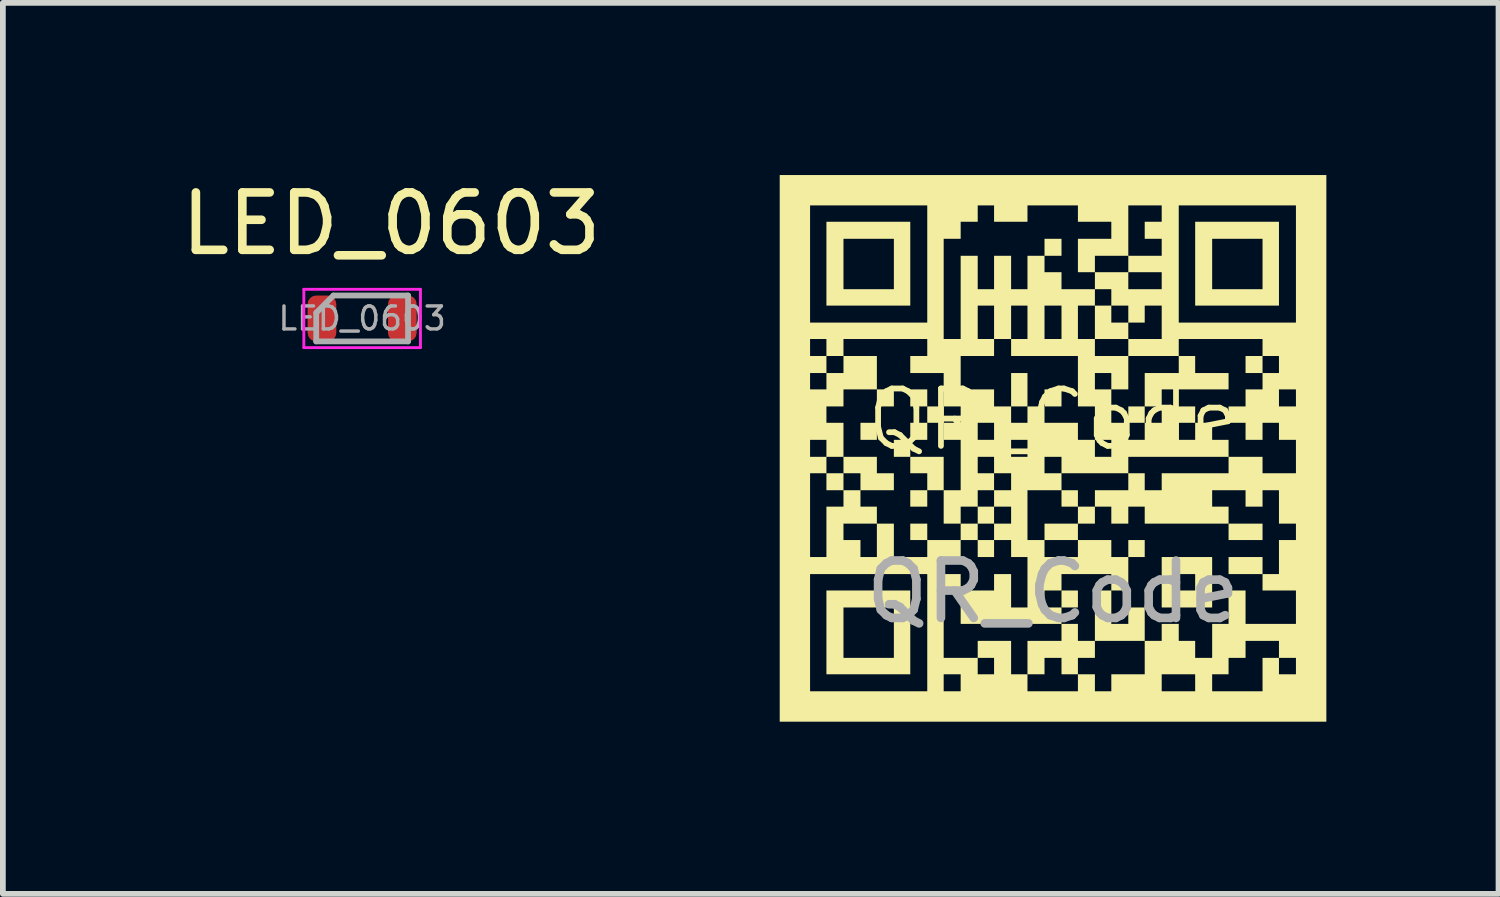
<source format=kicad_pcb>
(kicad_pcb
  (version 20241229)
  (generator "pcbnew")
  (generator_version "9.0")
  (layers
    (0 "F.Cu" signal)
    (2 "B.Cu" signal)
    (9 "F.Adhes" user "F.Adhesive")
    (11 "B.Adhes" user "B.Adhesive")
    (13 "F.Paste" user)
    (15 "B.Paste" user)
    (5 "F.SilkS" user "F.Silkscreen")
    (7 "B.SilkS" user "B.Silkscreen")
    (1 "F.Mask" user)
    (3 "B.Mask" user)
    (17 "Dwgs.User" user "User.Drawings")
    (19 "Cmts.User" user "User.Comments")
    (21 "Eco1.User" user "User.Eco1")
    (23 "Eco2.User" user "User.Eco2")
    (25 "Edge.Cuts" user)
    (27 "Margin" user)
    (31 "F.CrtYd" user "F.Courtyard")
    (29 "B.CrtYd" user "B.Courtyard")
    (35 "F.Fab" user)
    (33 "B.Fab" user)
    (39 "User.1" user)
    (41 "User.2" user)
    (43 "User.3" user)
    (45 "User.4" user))
  (footprint "LED_0603"
    (layer "F.Cu")
    (at 3.26 2.499)
    (property "Reference" "LED_0603" (at 0.508 -1.651 0) (layer "F.SilkS") (effects (font (size 1 1) (thickness 0.15))))
    (attr smd)
    (fp_line (start -1.016 -0.508) (end 1.016 -0.508) (stroke (width 0.05) (type solid)) (layer "F.CrtYd"))
    (fp_line (start -1.016 0.508) (end -1.016 -0.508) (stroke (width 0.05) (type solid)) (layer "F.CrtYd"))
    (fp_line (start 1.016 -0.508) (end 1.016 0.508) (stroke (width 0.05) (type solid)) (layer "F.CrtYd"))
    (fp_line (start 1.016 0.508) (end -1.016 0.508) (stroke (width 0.05) (type solid)) (layer "F.CrtYd"))
    (fp_line (start -0.8 -0.1) (end -0.8 0.4) (stroke (width 0.1) (type solid)) (layer "F.Fab"))
    (fp_line (start -0.8 0.4) (end 0.8 0.4) (stroke (width 0.1) (type solid)) (layer "F.Fab"))
    (fp_line (start -0.5 -0.4) (end -0.8 -0.1) (stroke (width 0.1) (type solid)) (layer "F.Fab"))
    (fp_line (start 0.8 -0.4) (end -0.5 -0.4) (stroke (width 0.1) (type solid)) (layer "F.Fab"))
    (fp_line (start 0.8 0.4) (end 0.8 -0.4) (stroke (width 0.1) (type solid)) (layer "F.Fab"))
    (fp_text user "${REFERENCE}" (at 0 0 0) (layer "F.Fab") (effects (font (size 0.4 0.4) (thickness 0.06))))
    (pad "1" smd roundrect (at -0.7 0) (size 0.5 0.8) (layers "F.Cu" "F.Mask" "F.Paste") (roundrect_rratio 0.3))
    (pad "2" smd roundrect (at 0.7 0) (size 0.5 0.8) (layers "F.Cu" "F.Mask" "F.Paste") (roundrect_rratio 0.3)))
  (footprint "QR_Code"
    (layer "F.Cu")
    (at 15.298 4.762)
    (property "Reference" "QR_Code" (at 0 -0.5 0) (unlocked yes) (layer "F.SilkS") (effects (font (size 1 1) (thickness 0.1))))
    (attr board_only)
    (fp_poly (pts (xy -3.651 0.73) (xy -3.948 0.73) (xy -3.948 0.434) (xy -3.651 0.434)) (stroke (width -0.000001) (type solid)) (fill yes) (layer "F.SilkS"))
    (fp_poly (pts (xy -3.069 -0.148) (xy -3.355 -0.148) (xy -3.355 -0.445) (xy -3.069 -0.445)) (stroke (width -0.000001) (type solid)) (fill yes) (layer "F.SilkS"))
    (fp_poly (pts (xy -2.773 -0.73) (xy -3.069 -0.73) (xy -3.069 -1.027) (xy -2.773 -1.027)) (stroke (width -0.000001) (type solid)) (fill yes) (layer "F.SilkS"))
    (fp_poly (pts (xy -2.487 0.148) (xy -2.773 0.148) (xy -2.773 -0.148) (xy -2.487 -0.148)) (stroke (width -0.000001) (type solid)) (fill yes) (layer "F.SilkS"))
    (fp_poly (pts (xy -2.191 -0.73) (xy -2.487 -0.73) (xy -2.487 -1.027) (xy -2.191 -1.027)) (stroke (width -0.000001) (type solid)) (fill yes) (layer "F.SilkS"))
    (fp_poly (pts (xy -2.191 -0.148) (xy -2.487 -0.148) (xy -2.487 -0.445) (xy -2.191 -0.445)) (stroke (width -0.000001) (type solid)) (fill yes) (layer "F.SilkS"))
    (fp_poly (pts (xy -2.191 1.016) (xy -2.487 1.016) (xy -2.487 0.73) (xy -2.191 0.73)) (stroke (width -0.000001) (type solid)) (fill yes) (layer "F.SilkS"))
    (fp_poly (pts (xy -2.191 1.598) (xy -2.487 1.598) (xy -2.487 1.312) (xy -2.191 1.312)) (stroke (width -0.000001) (type solid)) (fill yes) (layer "F.SilkS"))
    (fp_poly (pts (xy -1.905 -0.445) (xy -2.191 -0.445) (xy -2.191 -0.73) (xy -1.905 -0.73)) (stroke (width -0.000001) (type solid)) (fill yes) (layer "F.SilkS"))
    (fp_poly (pts (xy -0.445 -0.73) (xy -0.73 -0.73) (xy -0.73 -1.312) (xy -0.445 -1.312)) (stroke (width -0.000001) (type solid)) (fill yes) (layer "F.SilkS"))
    (fp_poly (pts (xy 0.148 -3.355) (xy -0.148 -3.355) (xy -0.148 -3.651) (xy 0.148 -3.651)) (stroke (width -0.000001) (type solid)) (fill yes) (layer "F.SilkS"))
    (fp_poly (pts (xy 0.148 -0.73) (xy -0.148 -0.73) (xy -0.148 -1.027) (xy 0.148 -1.027)) (stroke (width -0.000001) (type solid)) (fill yes) (layer "F.SilkS"))
    (fp_poly (pts (xy 0.434 1.016) (xy 0.148 1.016) (xy 0.148 0.73) (xy 0.434 0.73)) (stroke (width -0.000001) (type solid)) (fill yes) (layer "F.SilkS"))
    (fp_poly (pts (xy 0.434 1.598) (xy -0.148 1.598) (xy -0.148 1.312) (xy 0.434 1.312)) (stroke (width -0.000001) (type solid)) (fill yes) (layer "F.SilkS"))
    (fp_poly (pts (xy 0.434 2.773) (xy 0.148 2.773) (xy 0.148 2.477) (xy 0.434 2.477)) (stroke (width -0.000001) (type solid)) (fill yes) (layer "F.SilkS"))
    (fp_poly (pts (xy 0.73 1.312) (xy 0.434 1.312) (xy 0.434 1.016) (xy 0.73 1.016)) (stroke (width -0.000001) (type solid)) (fill yes) (layer "F.SilkS"))
    (fp_poly (pts (xy 1.598 -0.445) (xy 1.312 -0.445) (xy 1.312 -0.73) (xy 1.598 -0.73)) (stroke (width -0.000001) (type solid)) (fill yes) (layer "F.SilkS"))
    (fp_poly (pts (xy 1.598 1.894) (xy 1.312 1.894) (xy 1.312 1.598) (xy 1.598 1.598)) (stroke (width -0.000001) (type solid)) (fill yes) (layer "F.SilkS"))
    (fp_poly (pts (xy 3.651 -1.312) (xy 3.355 -1.312) (xy 3.355 -1.609) (xy 3.651 -1.609)) (stroke (width -0.000001) (type solid)) (fill yes) (layer "F.SilkS"))
    (fp_poly (pts (xy 3.651 1.598) (xy 3.059 1.598) (xy 3.059 1.312) (xy 3.651 1.312)) (stroke (width -0.000001) (type solid)) (fill yes) (layer "F.SilkS"))
    (fp_poly (pts (xy 3.651 2.191) (xy 3.059 2.191) (xy 3.059 1.894) (xy 3.651 1.894)) (stroke (width -0.000001) (type solid)) (fill yes) (layer "F.SilkS"))
    (fp_poly (pts (xy -1.905 0.73) (xy -2.191 0.73) (xy -2.191 0.434) (xy -2.487 0.434) (xy -2.487 0.148) (xy -1.905 0.148)) (stroke (width -0.000001) (type solid)) (fill yes) (layer "F.SilkS"))
    (fp_poly (pts (xy -3.069 0.434) (xy -2.773 0.434) (xy -2.773 0.73) (xy -3.355 0.73) (xy -3.355 0.434) (xy -3.651 0.434) (xy -3.651 0.148) (xy -3.069 0.148)) (stroke (width -0.000001) (type solid)) (fill yes) (layer "F.SilkS"))
    (fp_poly (pts (xy 1.016 3.059) (xy 1.312 3.059) (xy 1.312 2.773) (xy 1.598 2.773) (xy 1.598 3.355) (xy 0.73 3.355) (xy 0.73 2.477) (xy 1.016 2.477)) (stroke (width -0.000001) (type solid)) (fill yes) (layer "F.SilkS"))
    (fp_poly (pts (xy 2.477 -1.312) (xy 3.059 -1.312) (xy 3.059 -1.027) (xy 1.894 -1.027) (xy 1.894 -0.73) (xy 1.598 -0.73) (xy 1.598 -1.312) (xy 2.191 -1.312) (xy 2.191 -1.609) (xy 2.477 -1.609)) (stroke (width -0.000001) (type solid)) (fill yes) (layer "F.SilkS"))
    (fp_poly (pts (xy -2.487 -2.487) (xy -3.948 -2.487) (xy -3.948 -2.773) (xy -3.651 -2.773) (xy -2.773 -2.773) (xy -2.773 -3.651) (xy -3.651 -3.651) (xy -3.651 -2.773) (xy -3.948 -2.773) (xy -3.948 -3.948) (xy -2.487 -3.948)) (stroke (width -0.000001) (type solid)) (fill yes) (layer "F.SilkS"))
    (fp_poly (pts (xy -2.487 3.937) (xy -3.948 3.937) (xy -3.948 3.651) (xy -3.651 3.651) (xy -2.773 3.651) (xy -2.773 2.773) (xy -3.651 2.773) (xy -3.651 3.651) (xy -3.948 3.651) (xy -3.948 2.477) (xy -2.487 2.477)) (stroke (width -0.000001) (type solid)) (fill yes) (layer "F.SilkS"))
    (fp_poly (pts (xy 2.773 2.773) (xy 1.894 2.773) (xy 1.894 2.477) (xy 2.191 2.477) (xy 2.477 2.477) (xy 2.477 2.191) (xy 2.191 2.191) (xy 2.191 2.477) (xy 1.894 2.477) (xy 1.894 1.894) (xy 2.773 1.894)) (stroke (width -0.000001) (type solid)) (fill yes) (layer "F.SilkS"))
    (fp_poly (pts (xy 3.937 -2.487) (xy 2.477 -2.487) (xy 2.477 -2.773) (xy 2.773 -2.773) (xy 3.651 -2.773) (xy 3.651 -3.651) (xy 2.773 -3.651) (xy 2.773 -2.773) (xy 2.477 -2.773) (xy 2.477 -3.948) (xy 3.937 -3.948)) (stroke (width -0.000001) (type solid)) (fill yes) (layer "F.SilkS"))
    (fp_poly (pts (xy 0.434 3.355) (xy 0.73 3.355) (xy 0.73 3.651) (xy 0.434 3.651) (xy 0.434 3.937) (xy 0.148 3.937) (xy 0.148 3.651) (xy -0.148 3.651) (xy -0.148 3.937) (xy -0.445 3.937) (xy -0.445 3.355) (xy 0.148 3.355) (xy 0.148 3.059) (xy 0.434 3.059)) (stroke (width -0.000001) (type solid)) (fill yes) (layer "F.SilkS"))
    (fp_poly (pts (xy 4.763 4.763) (xy -4.762 4.763) (xy -4.762 4.233) (xy -4.233 4.233) (xy -2.191 4.233) (xy -1.905 4.233) (xy -1.609 4.233) (xy -1.609 3.937) (xy -1.312 3.937) (xy -1.027 3.937) (xy -1.027 3.651) (xy -1.312 3.651) (xy -1.312 3.937) (xy -1.609 3.937) (xy -1.905 3.937) (xy -1.905 4.233) (xy -2.191 4.233) (xy -2.191 2.477) (xy -1.905 2.477) (xy -1.905 3.651) (xy -1.312 3.651) (xy -1.312 3.355) (xy -0.73 3.355) (xy -0.73 3.937) (xy -0.445 3.937) (xy -0.445 4.233) (xy 0.434 4.233) (xy 0.434 3.937) (xy 0.73 3.937) (xy 0.73 4.233) (xy 1.016 4.233) (xy 1.894 4.233) (xy 2.477 4.233) (xy 2.477 3.937) (xy 2.773 3.937) (xy 2.773 4.233) (xy 3.651 4.233) (xy 3.651 3.937) (xy 3.937 3.937) (xy 4.233 3.937) (xy 4.233 3.651) (xy 3.937 3.651) (xy 3.937 3.937) (xy 3.651 3.937) (xy 3.651 3.651) (xy 3.937 3.651) (xy 3.937 3.355) (xy 3.355 3.355) (xy 3.355 3.651) (xy 3.059 3.651) (xy 3.059 3.937) (xy 2.773 3.937) (xy 2.477 3.937) (xy 1.894 3.937) (xy 1.894 4.233) (xy 1.016 4.233) (xy 1.016 3.937) (xy 1.598 3.937) (xy 1.598 3.355) (xy 1.894 3.355) (xy 1.894 3.059) (xy 2.191 3.059) (xy 2.191 3.355) (xy 2.477 3.355) (xy 2.477 3.651) (xy 2.773 3.651) (xy 2.773 3.059) (xy 3.059 3.059) (xy 3.059 2.477) (xy 3.355 2.477) (xy 3.355 3.059) (xy 4.233 3.059) (xy 4.233 2.477) (xy 3.651 2.477) (xy 3.651 2.191) (xy 3.937 2.191) (xy 3.937 1.598) (xy 4.233 1.598) (xy 4.233 1.312) (xy 3.937 1.312) (xy 3.937 0.73) (xy 3.651 0.73) (xy 3.651 1.016) (xy 3.355 1.016) (xy 3.355 0.73) (xy 2.773 0.73) (xy 2.773 1.016) (xy 3.059 1.016) (xy 3.059 1.312) (xy 1.598 1.312) (xy 1.598 1.016) (xy 1.312 1.016) (xy 1.312 1.312) (xy 1.016 1.312) (xy 1.016 1.016) (xy 0.73 1.016) (xy 0.73 0.73) (xy 1.312 0.73) (xy 1.312 0.434) (xy 1.598 0.434) (xy 1.598 0.73) (xy 1.894 0.73) (xy 1.894 0.434) (xy 3.059 0.434) (xy 3.059 0.148) (xy 3.651 0.148) (xy 3.651 0.434) (xy 4.233 0.434) (xy 4.233 -0.148) (xy 3.937 -0.148) (xy 3.937 -0.445) (xy 3.651 -0.445) (xy 3.651 -0.148) (xy 3.355 -0.148) (xy 3.355 -0.445) (xy 3.059 -0.445) (xy 3.059 -0.73) (xy 3.355 -0.73) (xy 3.937 -0.73) (xy 4.233 -0.73) (xy 4.233 -1.027) (xy 3.937 -1.027) (xy 3.937 -0.73) (xy 3.355 -0.73) (xy 3.355 -1.027) (xy 3.651 -1.027) (xy 3.651 -1.312) (xy 3.937 -1.312) (xy 3.937 -1.609) (xy 3.651 -1.609) (xy 3.651 -1.905) (xy 2.191 -1.905) (xy 2.191 -1.609) (xy 1.312 -1.609) (xy 1.312 -1.027) (xy 1.016 -1.027) (xy 1.016 -0.445) (xy 1.312 -0.445) (xy 1.312 -0.148) (xy 1.598 -0.148) (xy 1.598 -0.445) (xy 1.894 -0.445) (xy 1.894 -0.73) (xy 2.477 -0.73) (xy 2.477 -0.445) (xy 2.191 -0.445) (xy 2.191 -0.148) (xy 2.477 -0.148) (xy 2.477 -0.445) (xy 2.773 -0.445) (xy 2.773 -0.148) (xy 3.059 -0.148) (xy 3.059 0.148) (xy 1.312 0.148) (xy 1.312 0.434) (xy 0.148 0.434) (xy 0.148 0.73) (xy -0.445 0.73) (xy -0.445 1.598) (xy -0.148 1.598) (xy -0.148 1.894) (xy 0.434 1.894) (xy 0.434 1.598) (xy 1.016 1.598) (xy 1.016 1.894) (xy 1.312 1.894) (xy 1.312 2.477) (xy 1.016 2.477) (xy 1.016 2.191) (xy 0.148 2.191) (xy 0.148 2.477) (xy -0.148 2.477) (xy -0.148 2.773) (xy 0.148 2.773) (xy 0.148 3.059) (xy -1.609 3.059) (xy -1.609 2.477) (xy -1.905 2.477) (xy -2.191 2.477) (xy -2.191 2.191) (xy -4.233 2.191) (xy -4.233 4.233) (xy -4.762 4.233) (xy -4.762 0.434) (xy -4.233 0.434) (xy -4.233 1.894) (xy -3.948 1.894) (xy -3.948 1.016) (xy -3.651 1.016) (xy -3.651 0.73) (xy -3.355 0.73) (xy -3.355 1.016) (xy -3.069 1.016) (xy -3.069 1.312) (xy -3.651 1.312) (xy -3.651 1.598) (xy -3.355 1.598) (xy -3.355 1.894) (xy -3.069 1.894) (xy -3.069 1.312) (xy -2.773 1.312) (xy -2.773 1.894) (xy -2.191 1.894) (xy -1.905 1.894) (xy -1.905 2.191) (xy -1.609 2.191) (xy -1.609 2.477) (xy -1.027 2.477) (xy -1.027 2.191) (xy -0.73 2.191) (xy -0.73 2.773) (xy -0.445 2.773) (xy -0.445 1.894) (xy -0.73 1.894) (xy -0.73 1.598) (xy -1.027 1.598) (xy -1.027 1.894) (xy -1.312 1.894) (xy -1.312 1.598) (xy -1.027 1.598) (xy -1.027 1.312) (xy -0.73 1.312) (xy -0.73 1.016) (xy -1.027 1.016) (xy -1.027 1.312) (xy -1.312 1.312) (xy -1.312 1.598) (xy -1.609 1.598) (xy -1.609 1.894) (xy -1.905 1.894) (xy -2.191 1.894) (xy -2.191 1.598) (xy -1.609 1.598) (xy -1.609 1.312) (xy -1.312 1.312) (xy -1.312 1.016) (xy -1.027 1.016) (xy -1.027 0.73) (xy -0.73 0.73) (xy -0.73 0.434) (xy -0.148 0.434) (xy 0.148 0.434) (xy 0.148 0.148) (xy 0.73 0.148) (xy 1.016 0.148) (xy 1.016 -0.148) (xy 0.73 -0.148) (xy 0.73 0.148) (xy 0.148 0.148) (xy -0.148 0.148) (xy -0.148 0.434) (xy -0.73 0.434) (xy -1.027 0.434) (xy -1.027 0.73) (xy -1.312 0.73) (xy -1.312 1.016) (xy -1.609 1.016) (xy -1.609 1.312) (xy -1.905 1.312) (xy -1.905 0.73) (xy -1.609 0.73) (xy -1.609 0.434) (xy -1.312 0.434) (xy -1.027 0.434) (xy -1.027 0.148) (xy -0.73 0.148) (xy -0.445 0.148) (xy -0.445 -0.148) (xy -0.73 -0.148) (xy -0.73 0.148) (xy -1.027 0.148) (xy -1.312 0.148) (xy -1.312 0.434) (xy -1.609 0.434) (xy -1.609 -0.148) (xy -1.312 -0.148) (xy -1.027 -0.148) (xy -1.027 -0.445) (xy -1.312 -0.445) (xy -1.312 -0.148) (xy -1.609 -0.148) (xy -1.905 -0.148) (xy -1.905 -0.445) (xy -1.609 -0.445) (xy -1.609 -0.73) (xy -1.905 -0.73) (xy -1.905 -1.312) (xy -2.487 -1.312) (xy -2.487 -1.609) (xy -2.191 -1.609) (xy -1.609 -1.609) (xy -1.609 -1.027) (xy -1.027 -1.027) (xy -1.027 -0.73) (xy -0.73 -0.73) (xy -0.73 -0.445) (xy -0.445 -0.445) (xy -0.445 -0.73) (xy -0.148 -0.73) (xy -0.148 -0.445) (xy 0.434 -0.445) (xy 0.434 -0.148) (xy 0.73 -0.148) (xy 0.73 -0.73) (xy 0.434 -0.73) (xy 0.434 -1.027) (xy 0.73 -1.027) (xy 1.016 -1.027) (xy 1.016 -1.312) (xy 0.73 -1.312) (xy 0.73 -1.027) (xy 0.434 -1.027) (xy 0.434 -1.609) (xy 0.73 -1.609) (xy 1.312 -1.609) (xy 1.312 -1.905) (xy 0.73 -1.905) (xy 0.73 -1.609) (xy 0.434 -1.609) (xy -0.73 -1.609) (xy -0.73 -1.905) (xy -0.445 -1.905) (xy -0.148 -1.905) (xy 0.148 -1.905) (xy 0.434 -1.905) (xy 0.73 -1.905) (xy 0.73 -2.191) (xy 1.016 -2.191) (xy 1.312 -2.191) (xy 1.312 -1.905) (xy 1.894 -1.905) (xy 1.894 -2.191) (xy 2.191 -2.191) (xy 4.233 -2.191) (xy 4.233 -4.233) (xy 2.191 -4.233) (xy 2.191 -2.191) (xy 1.894 -2.191) (xy 1.894 -2.487) (xy 1.598 -2.487) (xy 1.598 -2.191) (xy 1.312 -2.191) (xy 1.312 -2.487) (xy 1.016 -2.487) (xy 1.016 -2.191) (xy 0.73 -2.191) (xy 0.73 -2.487) (xy 1.016 -2.487) (xy 1.016 -2.773) (xy 1.312 -2.773) (xy 1.894 -2.773) (xy 1.894 -3.069) (xy 1.312 -3.069) (xy 1.312 -2.773) (xy 1.016 -2.773) (xy 0.73 -2.773) (xy 0.73 -2.487) (xy 0.434 -2.487) (xy 0.434 -1.905) (xy 0.148 -1.905) (xy 0.148 -2.487) (xy -0.148 -2.487) (xy -0.148 -1.905) (xy -0.445 -1.905) (xy -0.445 -2.487) (xy -0.73 -2.487) (xy -0.73 -1.905) (xy -1.027 -1.905) (xy -1.027 -1.609) (xy -1.609 -1.609) (xy -2.191 -1.609) (xy -2.191 -1.905) (xy -3.651 -1.905) (xy -3.651 -1.609) (xy -3.948 -1.609) (xy -3.948 -1.312) (xy -3.651 -1.312) (xy -3.651 -1.609) (xy -3.069 -1.609) (xy -3.069 -1.027) (xy -3.651 -1.027) (xy -3.651 -0.73) (xy -3.948 -0.73) (xy -3.948 -0.445) (xy -3.651 -0.445) (xy -3.651 0.148) (xy -3.948 0.148) (xy -3.948 0.434) (xy -4.233 0.434) (xy -4.762 0.434) (xy -4.762 0.148) (xy -4.233 0.148) (xy -3.948 0.148) (xy -3.948 -0.148) (xy -4.233 -0.148) (xy -4.233 0.148) (xy -4.762 0.148) (xy -4.762 -1.027) (xy -4.233 -1.027) (xy -3.948 -1.027) (xy -3.948 -1.312) (xy -4.233 -1.312) (xy -4.233 -1.027) (xy -4.762 -1.027) (xy -4.762 -1.609) (xy -4.233 -1.609) (xy -3.948 -1.609) (xy -3.948 -1.905) (xy -4.233 -1.905) (xy -4.233 -1.609) (xy -4.762 -1.609) (xy -4.762 -2.191) (xy -4.233 -2.191) (xy -2.191 -2.191) (xy -2.191 -3.651) (xy -1.905 -3.651) (xy -1.905 -1.905) (xy -1.609 -1.905) (xy -1.312 -1.905) (xy -1.027 -1.905) (xy -1.027 -2.487) (xy -1.312 -2.487) (xy -1.312 -1.905) (xy -1.609 -1.905) (xy -1.609 -3.355) (xy -1.312 -3.355) (xy -1.312 -2.773) (xy -1.027 -2.773) (xy -1.027 -3.355) (xy -0.73 -3.355) (xy -0.73 -2.773) (xy -0.445 -2.773) (xy -0.445 -3.355) (xy -0.148 -3.355) (xy -0.148 -3.069) (xy 0.148 -3.069) (xy 0.148 -2.773) (xy 0.73 -2.773) (xy 0.73 -3.069) (xy 1.312 -3.069) (xy 1.312 -3.355) (xy 1.894 -3.355) (xy 1.894 -3.651) (xy 1.598 -3.651) (xy 1.598 -3.948) (xy 1.894 -3.948) (xy 1.894 -4.233) (xy 1.312 -4.233) (xy 1.312 -3.355) (xy 0.73 -3.355) (xy 0.73 -3.069) (xy 0.434 -3.069) (xy 0.434 -3.651) (xy 1.016 -3.651) (xy 1.016 -3.948) (xy 0.434 -3.948) (xy 0.434 -4.233) (xy -0.445 -4.233) (xy -0.445 -3.948) (xy -1.027 -3.948) (xy -1.027 -4.233) (xy -1.312 -4.233) (xy -1.312 -3.948) (xy -1.609 -3.948) (xy -1.609 -3.651) (xy -1.905 -3.651) (xy -2.191 -3.651) (xy -2.191 -4.233) (xy -4.233 -4.233) (xy -4.233 -2.191) (xy -4.762 -2.191) (xy -4.762 -4.762) (xy 4.763 -4.762)) (stroke (width -0.000001) (type solid)) (fill yes) (layer "F.SilkS"))
    (fp_text user "${REFERENCE}" (at 0 2.5 0) (unlocked yes) (layer "F.Fab") (effects (font (size 1 1) (thickness 0.15)))))
  (gr_rect
    (start -3 -3)
    (end 23.061 12.525)
    (stroke (width 0.1) (type default))
    (fill no)
    (layer "Edge.Cuts")))
</source>
